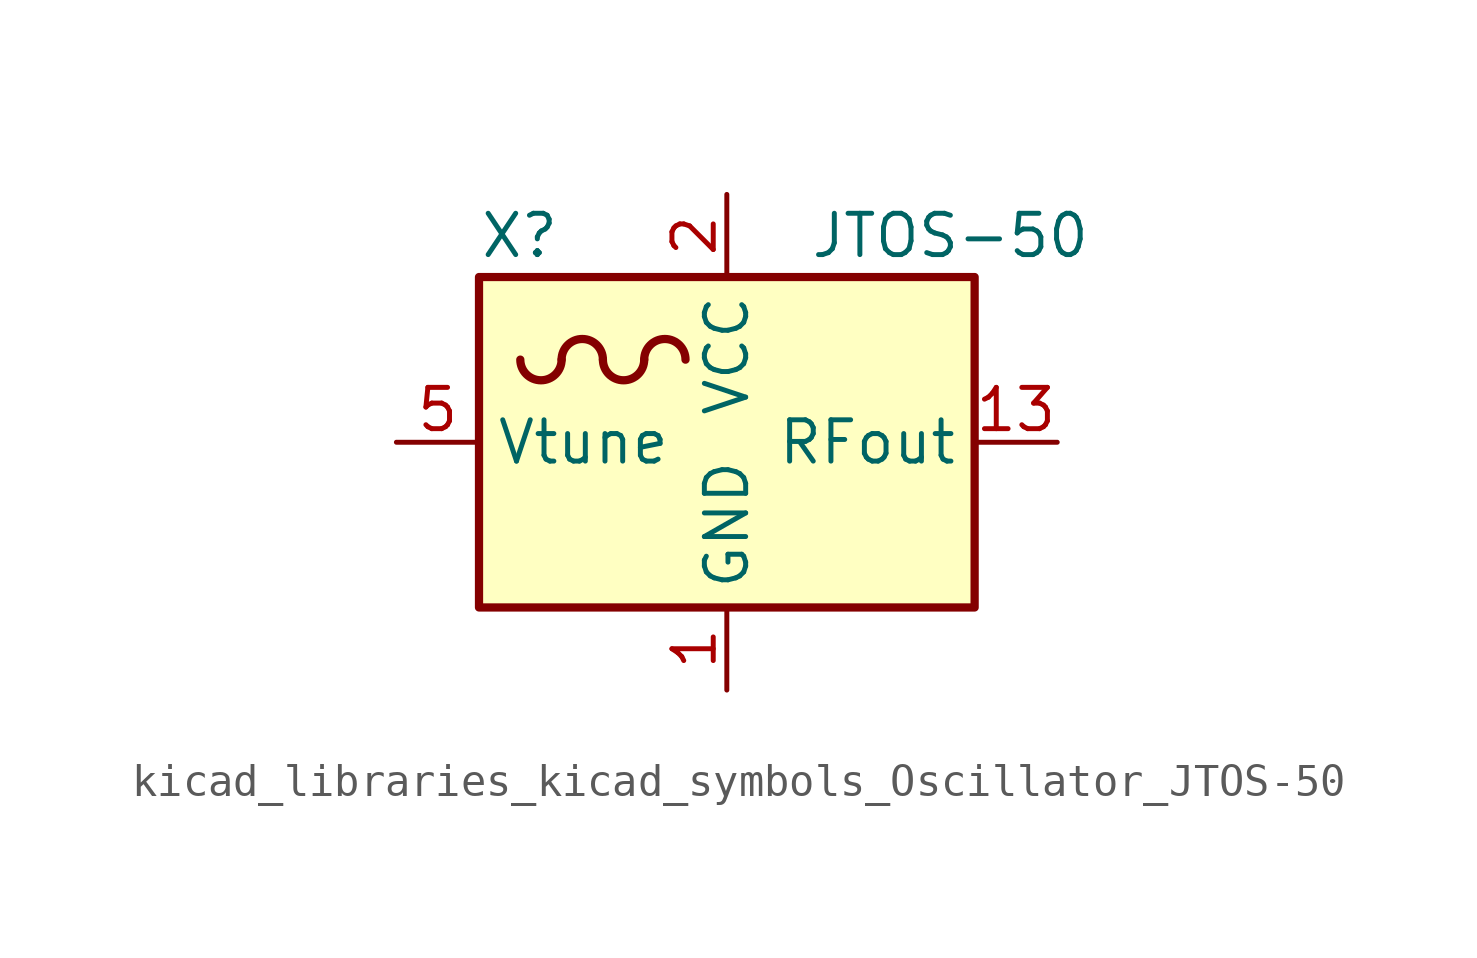
<source format=kicad_sym>
(kicad_symbol_lib
  (version 20220914)
  (generator kicad_symbol_editor)
  (symbol "kicad_libraries_kicad_symbols_Oscillator_JTOS-50"
    (property "Reference" "X"
      (at -7.62 6.35 0)
      (effects (font (size 1.27 1.27)) (justify left)))
    (property "Value" "JTOS-50"
      (at 2.54 6.35 0)
      (effects (font (size 1.27 1.27)) (justify left)))
    (symbol "kicad_libraries_kicad_symbols_Oscillator_JTOS-50_0_1"
      (rectangle (start -7.62 5.08) (end 7.62 -5.08) (stroke (width 0.254) (type default)) (fill (type background)))
      (arc (start -6.35 2.54) (mid -5.715 1.9077) (end -5.08 2.54) (stroke (width 0.254) (type default)) (fill (type none)))
      (arc (start -3.81 2.54) (mid -4.445 3.1723) (end -5.08 2.54) (stroke (width 0.254) (type default)) (fill (type none)))
      (arc (start -3.81 2.54) (mid -3.175 1.9077) (end -2.54 2.54) (stroke (width 0.254) (type default)) (fill (type none)))
      (arc (start -1.27 2.54) (mid -1.905 3.1723) (end -2.54 2.54) (stroke (width 0.254) (type default)) (fill (type none))))
    (symbol "kicad_libraries_kicad_symbols_Oscillator_JTOS-50_1_1"
      (pin power_in line (at 0 -7.62 90) (length 2.54) (name "GND" (effects (font (size 1.27 1.27)))) (number "1" (effects (font (size 1.27 1.27)))))
      (pin passive line (at 0 -7.62 90) (length 2.54) hide (name "GND" (effects (font (size 1.27 1.27)))) (number "10" (effects (font (size 1.27 1.27)))))
      (pin passive line (at 0 -7.62 90) (length 2.54) hide (name "GND" (effects (font (size 1.27 1.27)))) (number "11" (effects (font (size 1.27 1.27)))))
      (pin passive line (at 0 -7.62 90) (length 2.54) hide (name "GND" (effects (font (size 1.27 1.27)))) (number "12" (effects (font (size 1.27 1.27)))))
      (pin output line (at 10.16 0 180) (length 2.54) (name "RFout" (effects (font (size 1.27 1.27)))) (number "13" (effects (font (size 1.27 1.27)))))
      (pin passive line (at 0 -7.62 90) (length 2.54) hide (name "GND" (effects (font (size 1.27 1.27)))) (number "14" (effects (font (size 1.27 1.27)))))
      (pin power_in line (at 0 7.62 270) (length 2.54) (name "VCC" (effects (font (size 1.27 1.27)))) (number "2" (effects (font (size 1.27 1.27)))))
      (pin passive line (at 0 -7.62 90) (length 2.54) hide (name "GND" (effects (font (size 1.27 1.27)))) (number "3" (effects (font (size 1.27 1.27)))))
      (pin passive line (at 0 -7.62 90) (length 2.54) hide (name "GND" (effects (font (size 1.27 1.27)))) (number "4" (effects (font (size 1.27 1.27)))))
      (pin input line (at -10.16 0 0) (length 2.54) (name "Vtune" (effects (font (size 1.27 1.27)))) (number "5" (effects (font (size 1.27 1.27)))))
      (pin passive line (at 0 -7.62 90) (length 2.54) hide (name "GND" (effects (font (size 1.27 1.27)))) (number "6" (effects (font (size 1.27 1.27)))))
      (pin passive line (at 0 -7.62 90) (length 2.54) hide (name "GND" (effects (font (size 1.27 1.27)))) (number "7" (effects (font (size 1.27 1.27)))))
      (pin passive line (at 0 -7.62 90) (length 2.54) hide (name "GND" (effects (font (size 1.27 1.27)))) (number "8" (effects (font (size 1.27 1.27)))))
      (pin passive line (at 0 -7.62 90) (length 2.54) hide (name "GND" (effects (font (size 1.27 1.27)))) (number "9" (effects (font (size 1.27 1.27))))))))
</source>
